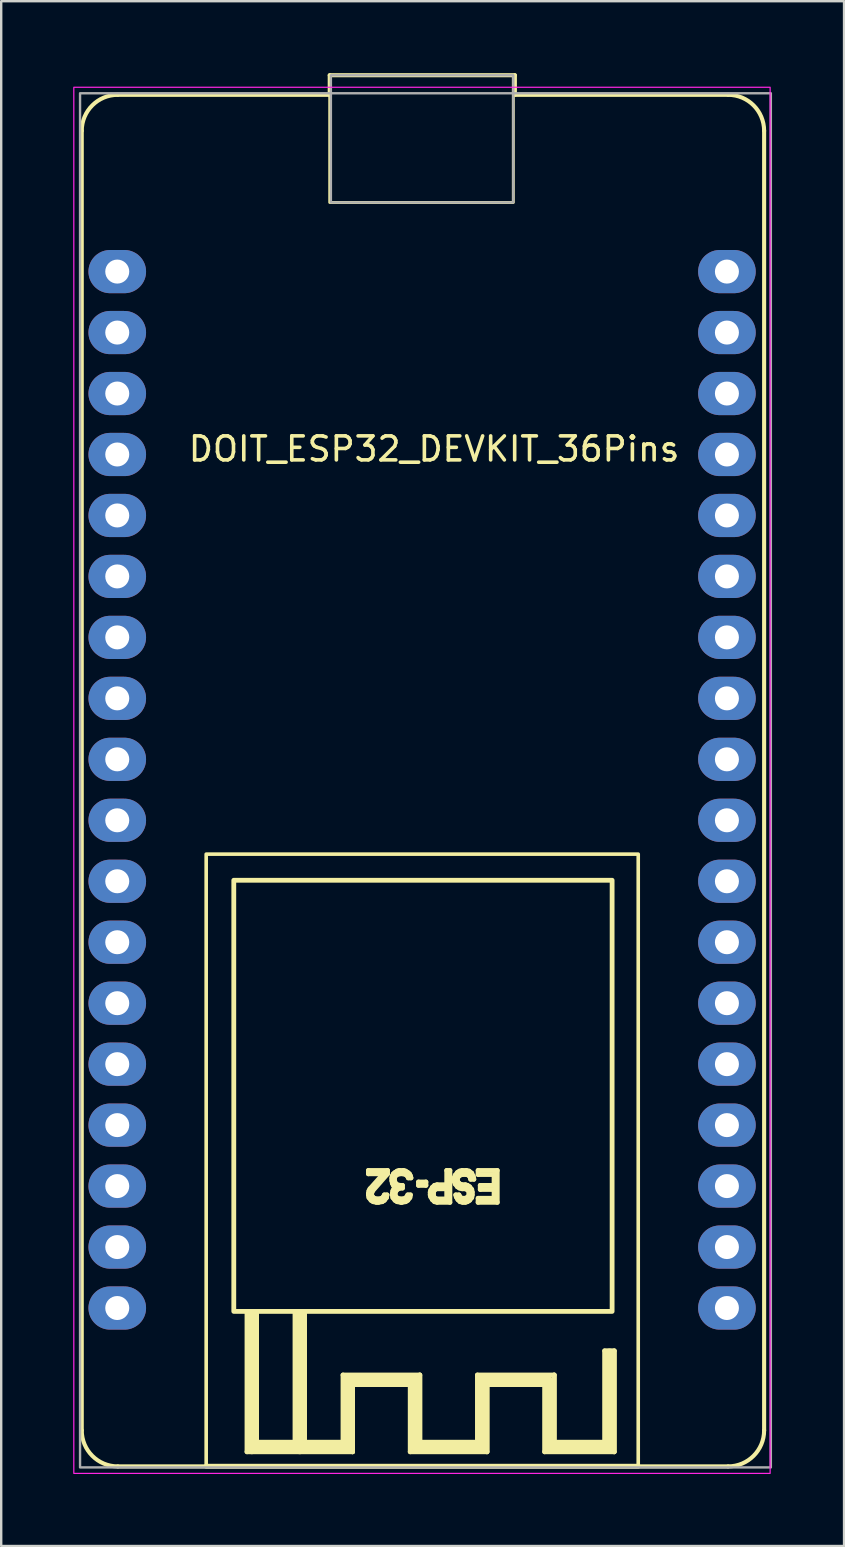
<source format=kicad_pcb>
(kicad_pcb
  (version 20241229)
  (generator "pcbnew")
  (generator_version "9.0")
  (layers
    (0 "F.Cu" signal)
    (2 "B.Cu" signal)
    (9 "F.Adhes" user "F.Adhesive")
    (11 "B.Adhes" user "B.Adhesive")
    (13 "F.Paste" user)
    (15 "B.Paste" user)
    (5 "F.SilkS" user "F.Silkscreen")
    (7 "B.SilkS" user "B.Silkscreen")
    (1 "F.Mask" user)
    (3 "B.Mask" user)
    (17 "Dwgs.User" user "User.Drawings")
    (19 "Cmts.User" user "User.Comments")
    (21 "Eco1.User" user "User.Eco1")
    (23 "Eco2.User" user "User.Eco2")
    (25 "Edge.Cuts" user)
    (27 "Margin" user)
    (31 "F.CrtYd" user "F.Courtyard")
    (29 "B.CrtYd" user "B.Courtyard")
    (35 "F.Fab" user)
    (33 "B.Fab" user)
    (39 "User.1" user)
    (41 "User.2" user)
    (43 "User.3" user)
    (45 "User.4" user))
  (footprint "DOIT_ESP32_DEVKIT_36Pins"
    (layer "F.Cu")
    (at 14.535 28.585)
    (property "Reference" "DOIT_ESP32_DEVKIT_36Pins" (at 0.5 -12.93 0) (layer "F.SilkS") (effects (font (size 1 1) (thickness 0.15))))
    (attr through_hole)
    (fp_line (start -14.179 27.958) (end -14.179 -26.185) (stroke (width 0.17) (type solid)) (layer "F.SilkS"))
    (fp_line (start -12.679 -27.685) (end -3.848 -27.685) (stroke (width 0.17) (type solid)) (layer "F.SilkS"))
    (fp_line (start -7.295 28.85) (end -7.295 23) (stroke (width 0.2) (type solid)) (layer "F.SilkS"))
    (fp_line (start -7.095 23.15) (end -7.095 28.75) (stroke (width 0.4) (type solid)) (layer "F.SilkS"))
    (fp_line (start -7.095 28.65) (end -5.145 28.65) (stroke (width 0.4) (type solid)) (layer "F.SilkS"))
    (fp_line (start -6.895 28.45) (end -6.895 23.05) (stroke (width 0.2) (type solid)) (layer "F.SilkS"))
    (fp_line (start -6.895 28.45) (end -6.895 23.05) (stroke (width 0.2) (type solid)) (layer "F.SilkS"))
    (fp_line (start -5.295 23) (end -5.295 28.45) (stroke (width 0.2) (type solid)) (layer "F.SilkS"))
    (fp_line (start -5.295 28.45) (end -6.895 28.45) (stroke (width 0.2) (type solid)) (layer "F.SilkS"))
    (fp_line (start -5.145 28.65) (end -3.095 28.65) (stroke (width 0.4) (type solid)) (layer "F.SilkS"))
    (fp_line (start -5.095 28.7) (end -5.095 23.15) (stroke (width 0.5) (type solid)) (layer "F.SilkS"))
    (fp_line (start -4.895 23) (end -4.895 28.45) (stroke (width 0.2) (type solid)) (layer "F.SilkS"))
    (fp_line (start -4.895 28.45) (end -3.295 28.45) (stroke (width 0.2) (type solid)) (layer "F.SilkS"))
    (fp_line (start -3.848 -28.5) (end 3.866 -28.5) (stroke (width 0.17) (type solid)) (layer "F.SilkS"))
    (fp_line (start -3.848 -27.685) (end -3.848 -28.5) (stroke (width 0.17) (type solid)) (layer "F.SilkS"))
    (fp_line (start -3.295 25.65) (end -0.095 25.65) (stroke (width 0.2) (type solid)) (layer "F.SilkS"))
    (fp_line (start -3.295 28.45) (end -3.295 25.65) (stroke (width 0.2) (type solid)) (layer "F.SilkS"))
    (fp_line (start -3.095 25.85) (end -0.345 25.85) (stroke (width 0.4) (type solid)) (layer "F.SilkS"))
    (fp_line (start -3.095 28.65) (end -3.095 25.85) (stroke (width 0.4) (type solid)) (layer "F.SilkS"))
    (fp_line (start -2.895 26.05) (end -2.895 28.85) (stroke (width 0.2) (type solid)) (layer "F.SilkS"))
    (fp_line (start -2.895 26.05) (end -2.895 28.85) (stroke (width 0.2) (type solid)) (layer "F.SilkS"))
    (fp_line (start -2.895 28.85) (end -7.295 28.85) (stroke (width 0.2) (type solid)) (layer "F.SilkS"))
    (fp_line (start -2.237 17.128) (end -1.439 17.128) (stroke (width 0.2) (type solid)) (layer "F.SilkS"))
    (fp_line (start -2.237 17.269) (end -2.237 17.128) (stroke (width 0.2) (type solid)) (layer "F.SilkS"))
    (fp_line (start -2.237 18.09) (end -2.214 17.977) (stroke (width 0.2) (type solid)) (layer "F.SilkS"))
    (fp_line (start -2.237 18.146) (end -2.237 18.09) (stroke (width 0.2) (type solid)) (layer "F.SilkS"))
    (fp_line (start -2.214 17.977) (end -2.17 17.892) (stroke (width 0.2) (type solid)) (layer "F.SilkS"))
    (fp_line (start -2.214 18.26) (end -2.237 18.146) (stroke (width 0.2) (type solid)) (layer "F.SilkS"))
    (fp_line (start -2.17 17.892) (end -1.616 17.269) (stroke (width 0.2) (type solid)) (layer "F.SilkS"))
    (fp_line (start -2.126 18.373) (end -2.214 18.26) (stroke (width 0.2) (type solid)) (layer "F.SilkS"))
    (fp_line (start -2.104 18.09) (end -2.104 18.146) (stroke (width 0.2) (type solid)) (layer "F.SilkS"))
    (fp_line (start -2.104 18.146) (end -2.059 18.231) (stroke (width 0.2) (type solid)) (layer "F.SilkS"))
    (fp_line (start -2.059 17.977) (end -2.104 18.09) (stroke (width 0.2) (type solid)) (layer "F.SilkS"))
    (fp_line (start -2.059 18.231) (end -1.993 18.288) (stroke (width 0.2) (type solid)) (layer "F.SilkS"))
    (fp_line (start -2.037 18.429) (end -2.126 18.373) (stroke (width 0.2) (type solid)) (layer "F.SilkS"))
    (fp_line (start -1.993 18.288) (end -1.882 18.316) (stroke (width 0.2) (type solid)) (layer "F.SilkS"))
    (fp_line (start -1.904 18.458) (end -2.037 18.429) (stroke (width 0.2) (type solid)) (layer "F.SilkS"))
    (fp_line (start -1.882 18.316) (end -1.793 18.316) (stroke (width 0.2) (type solid)) (layer "F.SilkS"))
    (fp_line (start -1.815 18.458) (end -1.904 18.458) (stroke (width 0.2) (type solid)) (layer "F.SilkS"))
    (fp_line (start -1.793 18.316) (end -1.682 18.288) (stroke (width 0.2) (type solid)) (layer "F.SilkS"))
    (fp_line (start -1.682 18.288) (end -1.616 18.231) (stroke (width 0.2) (type solid)) (layer "F.SilkS"))
    (fp_line (start -1.66 18.429) (end -1.815 18.458) (stroke (width 0.2) (type solid)) (layer "F.SilkS"))
    (fp_line (start -1.616 17.269) (end -2.237 17.269) (stroke (width 0.2) (type solid)) (layer "F.SilkS"))
    (fp_line (start -1.616 18.231) (end -1.572 18.146) (stroke (width 0.2) (type solid)) (layer "F.SilkS"))
    (fp_line (start -1.572 18.146) (end -1.461 18.146) (stroke (width 0.2) (type solid)) (layer "F.SilkS"))
    (fp_line (start -1.572 18.373) (end -1.66 18.429) (stroke (width 0.2) (type solid)) (layer "F.SilkS"))
    (fp_line (start -1.483 18.26) (end -1.572 18.373) (stroke (width 0.2) (type solid)) (layer "F.SilkS"))
    (fp_line (start -1.461 18.146) (end -1.483 18.26) (stroke (width 0.2) (type solid)) (layer "F.SilkS"))
    (fp_line (start -1.439 17.128) (end -1.439 17.269) (stroke (width 0.2) (type solid)) (layer "F.SilkS"))
    (fp_line (start -1.439 17.269) (end -2.059 17.977) (stroke (width 0.2) (type solid)) (layer "F.SilkS"))
    (fp_line (start -1.261 17.439) (end -1.239 17.354) (stroke (width 0.2) (type solid)) (layer "F.SilkS"))
    (fp_line (start -1.261 17.552) (end -1.261 17.439) (stroke (width 0.2) (type solid)) (layer "F.SilkS"))
    (fp_line (start -1.239 17.354) (end -1.195 17.269) (stroke (width 0.2) (type solid)) (layer "F.SilkS"))
    (fp_line (start -1.239 17.665) (end -1.261 17.552) (stroke (width 0.2) (type solid)) (layer "F.SilkS"))
    (fp_line (start -1.239 18.09) (end -1.217 17.977) (stroke (width 0.2) (type solid)) (layer "F.SilkS"))
    (fp_line (start -1.239 18.146) (end -1.239 18.09) (stroke (width 0.2) (type solid)) (layer "F.SilkS"))
    (fp_line (start -1.217 17.977) (end -1.173 17.892) (stroke (width 0.2) (type solid)) (layer "F.SilkS"))
    (fp_line (start -1.217 18.26) (end -1.239 18.146) (stroke (width 0.2) (type solid)) (layer "F.SilkS"))
    (fp_line (start -1.195 17.269) (end -1.128 17.213) (stroke (width 0.2) (type solid)) (layer "F.SilkS"))
    (fp_line (start -1.195 17.75) (end -1.239 17.665) (stroke (width 0.2) (type solid)) (layer "F.SilkS"))
    (fp_line (start -1.173 17.892) (end -1.084 17.807) (stroke (width 0.2) (type solid)) (layer "F.SilkS"))
    (fp_line (start -1.15 17.439) (end -1.15 17.552) (stroke (width 0.2) (type solid)) (layer "F.SilkS"))
    (fp_line (start -1.15 17.552) (end -1.106 17.665) (stroke (width 0.2) (type solid)) (layer "F.SilkS"))
    (fp_line (start -1.128 17.213) (end -1.04 17.156) (stroke (width 0.2) (type solid)) (layer "F.SilkS"))
    (fp_line (start -1.128 17.382) (end -1.15 17.439) (stroke (width 0.2) (type solid)) (layer "F.SilkS"))
    (fp_line (start -1.128 18.09) (end -1.128 18.146) (stroke (width 0.2) (type solid)) (layer "F.SilkS"))
    (fp_line (start -1.128 18.146) (end -1.084 18.231) (stroke (width 0.2) (type solid)) (layer "F.SilkS"))
    (fp_line (start -1.128 18.373) (end -1.217 18.26) (stroke (width 0.2) (type solid)) (layer "F.SilkS"))
    (fp_line (start -1.106 17.665) (end -1.04 17.722) (stroke (width 0.2) (type solid)) (layer "F.SilkS"))
    (fp_line (start -1.084 17.326) (end -1.128 17.382) (stroke (width 0.2) (type solid)) (layer "F.SilkS"))
    (fp_line (start -1.084 17.807) (end -1.195 17.75) (stroke (width 0.2) (type solid)) (layer "F.SilkS"))
    (fp_line (start -1.084 17.977) (end -1.128 18.09) (stroke (width 0.2) (type solid)) (layer "F.SilkS"))
    (fp_line (start -1.084 18.231) (end -1.017 18.288) (stroke (width 0.2) (type solid)) (layer "F.SilkS"))
    (fp_line (start -1.04 17.156) (end -0.951 17.128) (stroke (width 0.2) (type solid)) (layer "F.SilkS"))
    (fp_line (start -1.04 17.297) (end -1.084 17.326) (stroke (width 0.2) (type solid)) (layer "F.SilkS"))
    (fp_line (start -1.04 17.722) (end -0.907 17.75) (stroke (width 0.2) (type solid)) (layer "F.SilkS"))
    (fp_line (start -1.04 17.92) (end -1.084 17.977) (stroke (width 0.2) (type solid)) (layer "F.SilkS"))
    (fp_line (start -1.04 18.429) (end -1.128 18.373) (stroke (width 0.2) (type solid)) (layer "F.SilkS"))
    (fp_line (start -1.017 18.288) (end -0.907 18.316) (stroke (width 0.2) (type solid)) (layer "F.SilkS"))
    (fp_line (start -0.951 17.128) (end -0.774 17.128) (stroke (width 0.2) (type solid)) (layer "F.SilkS"))
    (fp_line (start -0.929 17.269) (end -1.04 17.297) (stroke (width 0.2) (type solid)) (layer "F.SilkS"))
    (fp_line (start -0.907 17.75) (end -0.818 17.75) (stroke (width 0.2) (type solid)) (layer "F.SilkS"))
    (fp_line (start -0.907 17.863) (end -1.04 17.92) (stroke (width 0.2) (type solid)) (layer "F.SilkS"))
    (fp_line (start -0.907 18.316) (end -0.818 18.316) (stroke (width 0.2) (type solid)) (layer "F.SilkS"))
    (fp_line (start -0.884 18.458) (end -1.04 18.429) (stroke (width 0.2) (type solid)) (layer "F.SilkS"))
    (fp_line (start -0.84 18.458) (end -0.884 18.458) (stroke (width 0.2) (type solid)) (layer "F.SilkS"))
    (fp_line (start -0.818 17.75) (end -0.818 17.863) (stroke (width 0.2) (type solid)) (layer "F.SilkS"))
    (fp_line (start -0.818 17.863) (end -0.907 17.863) (stroke (width 0.2) (type solid)) (layer "F.SilkS"))
    (fp_line (start -0.818 18.316) (end -0.707 18.288) (stroke (width 0.2) (type solid)) (layer "F.SilkS"))
    (fp_line (start -0.796 17.269) (end -0.929 17.269) (stroke (width 0.2) (type solid)) (layer "F.SilkS"))
    (fp_line (start -0.774 17.128) (end -0.685 17.156) (stroke (width 0.2) (type solid)) (layer "F.SilkS"))
    (fp_line (start -0.707 18.288) (end -0.641 18.231) (stroke (width 0.2) (type solid)) (layer "F.SilkS"))
    (fp_line (start -0.685 17.156) (end -0.596 17.213) (stroke (width 0.2) (type solid)) (layer "F.SilkS"))
    (fp_line (start -0.685 17.297) (end -0.796 17.269) (stroke (width 0.2) (type solid)) (layer "F.SilkS"))
    (fp_line (start -0.685 18.429) (end -0.84 18.458) (stroke (width 0.2) (type solid)) (layer "F.SilkS"))
    (fp_line (start -0.641 17.326) (end -0.685 17.297) (stroke (width 0.2) (type solid)) (layer "F.SilkS"))
    (fp_line (start -0.641 18.231) (end -0.596 18.146) (stroke (width 0.2) (type solid)) (layer "F.SilkS"))
    (fp_line (start -0.596 17.213) (end -0.53 17.269) (stroke (width 0.2) (type solid)) (layer "F.SilkS"))
    (fp_line (start -0.596 17.382) (end -0.641 17.326) (stroke (width 0.2) (type solid)) (layer "F.SilkS"))
    (fp_line (start -0.596 18.146) (end -0.485 18.146) (stroke (width 0.2) (type solid)) (layer "F.SilkS"))
    (fp_line (start -0.596 18.373) (end -0.685 18.429) (stroke (width 0.2) (type solid)) (layer "F.SilkS"))
    (fp_line (start -0.574 17.439) (end -0.596 17.382) (stroke (width 0.2) (type solid)) (layer "F.SilkS"))
    (fp_line (start -0.53 17.269) (end -0.485 17.354) (stroke (width 0.2) (type solid)) (layer "F.SilkS"))
    (fp_line (start -0.508 18.26) (end -0.596 18.373) (stroke (width 0.2) (type solid)) (layer "F.SilkS"))
    (fp_line (start -0.495 26.05) (end -2.895 26.05) (stroke (width 0.2) (type solid)) (layer "F.SilkS"))
    (fp_line (start -0.495 28.85) (end -0.495 26.05) (stroke (width 0.2) (type solid)) (layer "F.SilkS"))
    (fp_line (start -0.485 17.354) (end -0.463 17.439) (stroke (width 0.2) (type solid)) (layer "F.SilkS"))
    (fp_line (start -0.485 18.146) (end -0.508 18.26) (stroke (width 0.2) (type solid)) (layer "F.SilkS"))
    (fp_line (start -0.463 17.439) (end -0.574 17.439) (stroke (width 0.2) (type solid)) (layer "F.SilkS"))
    (fp_line (start -0.345 25.85) (end -0.245 25.95) (stroke (width 0.12) (type solid)) (layer "F.SilkS"))
    (fp_line (start -0.245 25.95) (end -0.245 28.65) (stroke (width 0.4) (type solid)) (layer "F.SilkS"))
    (fp_line (start -0.245 28.65) (end 2.455 28.65) (stroke (width 0.4) (type solid)) (layer "F.SilkS"))
    (fp_line (start -0.15 17.609) (end 0.16 17.609) (stroke (width 0.2) (type solid)) (layer "F.SilkS"))
    (fp_line (start -0.15 17.75) (end -0.15 17.609) (stroke (width 0.2) (type solid)) (layer "F.SilkS"))
    (fp_line (start -0.095 25.65) (end -0.095 28.45) (stroke (width 0.2) (type solid)) (layer "F.SilkS"))
    (fp_line (start -0.095 25.65) (end -0.095 28.45) (stroke (width 0.2) (type solid)) (layer "F.SilkS"))
    (fp_line (start -0.095 28.45) (end 2.305 28.45) (stroke (width 0.2) (type solid)) (layer "F.SilkS"))
    (fp_line (start 0.16 17.609) (end 0.16 17.75) (stroke (width 0.2) (type solid)) (layer "F.SilkS"))
    (fp_line (start 0.16 17.75) (end -0.15 17.75) (stroke (width 0.2) (type solid)) (layer "F.SilkS"))
    (fp_line (start 0.339 18.033) (end 0.361 17.948) (stroke (width 0.2) (type solid)) (layer "F.SilkS"))
    (fp_line (start 0.339 18.146) (end 0.339 18.033) (stroke (width 0.2) (type solid)) (layer "F.SilkS"))
    (fp_line (start 0.361 17.948) (end 0.428 17.835) (stroke (width 0.2) (type solid)) (layer "F.SilkS"))
    (fp_line (start 0.361 18.231) (end 0.339 18.146) (stroke (width 0.2) (type solid)) (layer "F.SilkS"))
    (fp_line (start 0.428 17.835) (end 0.517 17.75) (stroke (width 0.2) (type solid)) (layer "F.SilkS"))
    (fp_line (start 0.428 18.345) (end 0.361 18.231) (stroke (width 0.2) (type solid)) (layer "F.SilkS"))
    (fp_line (start 0.472 18.062) (end 0.472 18.146) (stroke (width 0.2) (type solid)) (layer "F.SilkS"))
    (fp_line (start 0.472 18.146) (end 0.494 18.231) (stroke (width 0.2) (type solid)) (layer "F.SilkS"))
    (fp_line (start 0.494 17.977) (end 0.472 18.062) (stroke (width 0.2) (type solid)) (layer "F.SilkS"))
    (fp_line (start 0.494 18.231) (end 0.539 18.288) (stroke (width 0.2) (type solid)) (layer "F.SilkS"))
    (fp_line (start 0.517 17.75) (end 0.627 17.722) (stroke (width 0.2) (type solid)) (layer "F.SilkS"))
    (fp_line (start 0.517 18.429) (end 0.428 18.345) (stroke (width 0.2) (type solid)) (layer "F.SilkS"))
    (fp_line (start 0.539 17.92) (end 0.494 17.977) (stroke (width 0.2) (type solid)) (layer "F.SilkS"))
    (fp_line (start 0.539 18.288) (end 0.605 18.316) (stroke (width 0.2) (type solid)) (layer "F.SilkS"))
    (fp_line (start 0.605 17.892) (end 0.539 17.92) (stroke (width 0.2) (type solid)) (layer "F.SilkS"))
    (fp_line (start 0.605 18.316) (end 1.026 18.316) (stroke (width 0.2) (type solid)) (layer "F.SilkS"))
    (fp_line (start 0.627 17.722) (end 1.026 17.722) (stroke (width 0.2) (type solid)) (layer "F.SilkS"))
    (fp_line (start 0.627 18.458) (end 0.517 18.429) (stroke (width 0.2) (type solid)) (layer "F.SilkS"))
    (fp_line (start 1.026 17.128) (end 1.159 17.128) (stroke (width 0.2) (type solid)) (layer "F.SilkS"))
    (fp_line (start 1.026 17.722) (end 1.026 17.128) (stroke (width 0.2) (type solid)) (layer "F.SilkS"))
    (fp_line (start 1.026 17.892) (end 0.605 17.892) (stroke (width 0.2) (type solid)) (layer "F.SilkS"))
    (fp_line (start 1.026 18.316) (end 1.026 17.892) (stroke (width 0.2) (type solid)) (layer "F.SilkS"))
    (fp_line (start 1.159 17.128) (end 1.159 18.458) (stroke (width 0.2) (type solid)) (layer "F.SilkS"))
    (fp_line (start 1.159 18.458) (end 0.627 18.458) (stroke (width 0.2) (type solid)) (layer "F.SilkS"))
    (fp_line (start 1.337 17.439) (end 1.381 17.326) (stroke (width 0.2) (type solid)) (layer "F.SilkS"))
    (fp_line (start 1.337 17.581) (end 1.337 17.439) (stroke (width 0.2) (type solid)) (layer "F.SilkS"))
    (fp_line (start 1.381 17.326) (end 1.47 17.213) (stroke (width 0.2) (type solid)) (layer "F.SilkS"))
    (fp_line (start 1.381 17.694) (end 1.337 17.581) (stroke (width 0.2) (type solid)) (layer "F.SilkS"))
    (fp_line (start 1.403 18.146) (end 1.536 18.146) (stroke (width 0.2) (type solid)) (layer "F.SilkS"))
    (fp_line (start 1.425 18.231) (end 1.403 18.146) (stroke (width 0.2) (type solid)) (layer "F.SilkS"))
    (fp_line (start 1.47 17.213) (end 1.558 17.156) (stroke (width 0.2) (type solid)) (layer "F.SilkS"))
    (fp_line (start 1.47 17.467) (end 1.47 17.552) (stroke (width 0.2) (type solid)) (layer "F.SilkS"))
    (fp_line (start 1.47 17.552) (end 1.514 17.637) (stroke (width 0.2) (type solid)) (layer "F.SilkS"))
    (fp_line (start 1.47 17.807) (end 1.381 17.694) (stroke (width 0.2) (type solid)) (layer "F.SilkS"))
    (fp_line (start 1.492 18.345) (end 1.425 18.231) (stroke (width 0.2) (type solid)) (layer "F.SilkS"))
    (fp_line (start 1.514 17.382) (end 1.47 17.467) (stroke (width 0.2) (type solid)) (layer "F.SilkS"))
    (fp_line (start 1.514 17.637) (end 1.581 17.694) (stroke (width 0.2) (type solid)) (layer "F.SilkS"))
    (fp_line (start 1.536 18.146) (end 1.558 18.203) (stroke (width 0.2) (type solid)) (layer "F.SilkS"))
    (fp_line (start 1.558 17.156) (end 1.669 17.128) (stroke (width 0.2) (type solid)) (layer "F.SilkS"))
    (fp_line (start 1.558 17.863) (end 1.47 17.807) (stroke (width 0.2) (type solid)) (layer "F.SilkS"))
    (fp_line (start 1.558 18.203) (end 1.603 18.26) (stroke (width 0.2) (type solid)) (layer "F.SilkS"))
    (fp_line (start 1.581 17.326) (end 1.514 17.382) (stroke (width 0.2) (type solid)) (layer "F.SilkS"))
    (fp_line (start 1.581 17.694) (end 1.669 17.722) (stroke (width 0.2) (type solid)) (layer "F.SilkS"))
    (fp_line (start 1.581 18.429) (end 1.492 18.345) (stroke (width 0.2) (type solid)) (layer "F.SilkS"))
    (fp_line (start 1.603 18.26) (end 1.669 18.288) (stroke (width 0.2) (type solid)) (layer "F.SilkS"))
    (fp_line (start 1.669 17.128) (end 1.847 17.128) (stroke (width 0.2) (type solid)) (layer "F.SilkS"))
    (fp_line (start 1.669 17.298) (end 1.581 17.326) (stroke (width 0.2) (type solid)) (layer "F.SilkS"))
    (fp_line (start 1.669 17.722) (end 1.802 17.722) (stroke (width 0.2) (type solid)) (layer "F.SilkS"))
    (fp_line (start 1.669 17.892) (end 1.558 17.863) (stroke (width 0.2) (type solid)) (layer "F.SilkS"))
    (fp_line (start 1.669 18.288) (end 1.802 18.288) (stroke (width 0.2) (type solid)) (layer "F.SilkS"))
    (fp_line (start 1.691 18.458) (end 1.581 18.429) (stroke (width 0.2) (type solid)) (layer "F.SilkS"))
    (fp_line (start 1.802 17.722) (end 1.891 17.75) (stroke (width 0.2) (type solid)) (layer "F.SilkS"))
    (fp_line (start 1.802 17.892) (end 1.669 17.892) (stroke (width 0.2) (type solid)) (layer "F.SilkS"))
    (fp_line (start 1.802 18.288) (end 1.869 18.26) (stroke (width 0.2) (type solid)) (layer "F.SilkS"))
    (fp_line (start 1.802 18.458) (end 1.691 18.458) (stroke (width 0.2) (type solid)) (layer "F.SilkS"))
    (fp_line (start 1.847 17.128) (end 1.957 17.156) (stroke (width 0.2) (type solid)) (layer "F.SilkS"))
    (fp_line (start 1.847 17.298) (end 1.669 17.298) (stroke (width 0.2) (type solid)) (layer "F.SilkS"))
    (fp_line (start 1.869 17.92) (end 1.802 17.892) (stroke (width 0.2) (type solid)) (layer "F.SilkS"))
    (fp_line (start 1.869 18.26) (end 1.935 18.203) (stroke (width 0.2) (type solid)) (layer "F.SilkS"))
    (fp_line (start 1.891 17.75) (end 1.98 17.807) (stroke (width 0.2) (type solid)) (layer "F.SilkS"))
    (fp_line (start 1.891 18.429) (end 1.802 18.458) (stroke (width 0.2) (type solid)) (layer "F.SilkS"))
    (fp_line (start 1.935 17.326) (end 1.847 17.298) (stroke (width 0.2) (type solid)) (layer "F.SilkS"))
    (fp_line (start 1.935 17.977) (end 1.869 17.92) (stroke (width 0.2) (type solid)) (layer "F.SilkS"))
    (fp_line (start 1.935 18.203) (end 1.957 18.118) (stroke (width 0.2) (type solid)) (layer "F.SilkS"))
    (fp_line (start 1.957 17.156) (end 2.068 17.241) (stroke (width 0.2) (type solid)) (layer "F.SilkS"))
    (fp_line (start 1.957 18.062) (end 1.935 17.977) (stroke (width 0.2) (type solid)) (layer "F.SilkS"))
    (fp_line (start 1.957 18.118) (end 1.957 18.062) (stroke (width 0.2) (type solid)) (layer "F.SilkS"))
    (fp_line (start 1.98 17.807) (end 2.068 17.92) (stroke (width 0.2) (type solid)) (layer "F.SilkS"))
    (fp_line (start 1.98 18.373) (end 1.891 18.429) (stroke (width 0.2) (type solid)) (layer "F.SilkS"))
    (fp_line (start 2.002 17.411) (end 1.935 17.326) (stroke (width 0.2) (type solid)) (layer "F.SilkS"))
    (fp_line (start 2.024 17.496) (end 2.002 17.411) (stroke (width 0.2) (type solid)) (layer "F.SilkS"))
    (fp_line (start 2.068 17.241) (end 2.135 17.382) (stroke (width 0.2) (type solid)) (layer "F.SilkS"))
    (fp_line (start 2.068 17.92) (end 2.09 18.033) (stroke (width 0.2) (type solid)) (layer "F.SilkS"))
    (fp_line (start 2.068 18.26) (end 1.98 18.373) (stroke (width 0.2) (type solid)) (layer "F.SilkS"))
    (fp_line (start 2.09 18.033) (end 2.09 18.146) (stroke (width 0.2) (type solid)) (layer "F.SilkS"))
    (fp_line (start 2.09 18.146) (end 2.068 18.26) (stroke (width 0.2) (type solid)) (layer "F.SilkS"))
    (fp_line (start 2.135 17.382) (end 2.157 17.496) (stroke (width 0.2) (type solid)) (layer "F.SilkS"))
    (fp_line (start 2.157 17.496) (end 2.024 17.496) (stroke (width 0.2) (type solid)) (layer "F.SilkS"))
    (fp_line (start 2.305 25.65) (end 5.505 25.65) (stroke (width 0.2) (type solid)) (layer "F.SilkS"))
    (fp_line (start 2.305 28.45) (end 2.305 25.65) (stroke (width 0.2) (type solid)) (layer "F.SilkS"))
    (fp_line (start 2.334 17.128) (end 3.132 17.128) (stroke (width 0.2) (type solid)) (layer "F.SilkS"))
    (fp_line (start 2.334 17.298) (end 2.334 17.128) (stroke (width 0.2) (type solid)) (layer "F.SilkS"))
    (fp_line (start 2.334 18.288) (end 2.999 18.288) (stroke (width 0.2) (type solid)) (layer "F.SilkS"))
    (fp_line (start 2.334 18.458) (end 2.334 18.288) (stroke (width 0.2) (type solid)) (layer "F.SilkS"))
    (fp_line (start 2.423 17.75) (end 2.999 17.75) (stroke (width 0.2) (type solid)) (layer "F.SilkS"))
    (fp_line (start 2.423 17.92) (end 2.423 17.75) (stroke (width 0.2) (type solid)) (layer "F.SilkS"))
    (fp_line (start 2.455 25.9) (end 5.255 25.9) (stroke (width 0.4) (type solid)) (layer "F.SilkS"))
    (fp_line (start 2.455 28.65) (end 2.455 25.9) (stroke (width 0.4) (type solid)) (layer "F.SilkS"))
    (fp_line (start 2.705 26.05) (end 2.705 28.85) (stroke (width 0.2) (type solid)) (layer "F.SilkS"))
    (fp_line (start 2.705 26.05) (end 2.705 28.85) (stroke (width 0.2) (type solid)) (layer "F.SilkS"))
    (fp_line (start 2.705 28.85) (end -0.495 28.85) (stroke (width 0.2) (type solid)) (layer "F.SilkS"))
    (fp_line (start 2.999 17.298) (end 2.334 17.298) (stroke (width 0.2) (type solid)) (layer "F.SilkS"))
    (fp_line (start 2.999 17.75) (end 2.999 17.298) (stroke (width 0.2) (type solid)) (layer "F.SilkS"))
    (fp_line (start 2.999 17.92) (end 2.423 17.92) (stroke (width 0.2) (type solid)) (layer "F.SilkS"))
    (fp_line (start 2.999 18.288) (end 2.999 17.92) (stroke (width 0.2) (type solid)) (layer "F.SilkS"))
    (fp_line (start 3.132 17.128) (end 3.132 18.458) (stroke (width 0.2) (type solid)) (layer "F.SilkS"))
    (fp_line (start 3.132 18.458) (end 2.334 18.458) (stroke (width 0.2) (type solid)) (layer "F.SilkS"))
    (fp_line (start 3.866 -28.5) (end 3.866 -27.685) (stroke (width 0.17) (type solid)) (layer "F.SilkS"))
    (fp_line (start 3.866 -27.685) (end 12.75 -27.685) (stroke (width 0.17) (type solid)) (layer "F.SilkS"))
    (fp_line (start 5.105 26.05) (end 2.705 26.05) (stroke (width 0.2) (type solid)) (layer "F.SilkS"))
    (fp_line (start 5.105 28.85) (end 5.105 26.05) (stroke (width 0.2) (type solid)) (layer "F.SilkS"))
    (fp_line (start 5.255 25.9) (end 5.255 28.65) (stroke (width 0.4) (type solid)) (layer "F.SilkS"))
    (fp_line (start 5.255 28.65) (end 7.805 28.65) (stroke (width 0.4) (type solid)) (layer "F.SilkS"))
    (fp_line (start 5.505 25.65) (end 5.505 28.45) (stroke (width 0.2) (type solid)) (layer "F.SilkS"))
    (fp_line (start 5.505 25.65) (end 5.505 28.45) (stroke (width 0.2) (type solid)) (layer "F.SilkS"))
    (fp_line (start 5.505 28.45) (end 7.605 28.45) (stroke (width 0.2) (type solid)) (layer "F.SilkS"))
    (fp_line (start 7.605 28.45) (end 7.605 24.65) (stroke (width 0.2) (type solid)) (layer "F.SilkS"))
    (fp_line (start 7.607 24.638) (end 8.007 24.638) (stroke (width 0.2) (type solid)) (layer "F.SilkS"))
    (fp_line (start 7.805 28.65) (end 7.805 24.75) (stroke (width 0.4) (type solid)) (layer "F.SilkS"))
    (fp_line (start 8.005 24.65) (end 8.005 28.85) (stroke (width 0.2) (type solid)) (layer "F.SilkS"))
    (fp_line (start 8.005 24.65) (end 8.005 28.85) (stroke (width 0.2) (type solid)) (layer "F.SilkS"))
    (fp_line (start 8.005 28.85) (end 5.105 28.85) (stroke (width 0.2) (type solid)) (layer "F.SilkS"))
    (fp_line (start 9.005 29.45) (end -8.995 29.45) (stroke (width 0.2) (type solid)) (layer "F.SilkS"))
    (fp_line (start 12.75 29.458) (end -12.679 29.458) (stroke (width 0.17) (type solid)) (layer "F.SilkS"))
    (fp_line (start 14.25 -26.185) (end 14.25 27.958) (stroke (width 0.17) (type solid)) (layer "F.SilkS"))
    (fp_rect (start -7.845 5.038) (end 7.917 23) (stroke (width 0.2) (type solid)) (fill no) (layer "F.SilkS"))
    (fp_rect (start -3.848 -28.5) (end 3.8 -23.2) (stroke (width 0.12) (type solid)) (fill no) (layer "F.SilkS"))
    (fp_rect (start 9.005 3.95) (end -8.995 29.45) (stroke (width 0.15) (type solid)) (fill no) (layer "F.SilkS"))
    (fp_arc (start -14.178781 -26.184949) (mid -13.739441 -27.245609) (end -12.678781 -27.684949) (stroke (width 0.17) (type solid)) (layer "F.SilkS"))
    (fp_arc (start -12.678781 29.458287) (mid -13.739441 29.018947) (end -14.178781 27.958287) (stroke (width 0.17) (type solid)) (layer "F.SilkS"))
    (fp_arc (start 12.75 -27.684949) (mid 13.810665 -27.245611) (end 14.25 -26.184949) (stroke (width 0.17) (type solid)) (layer "F.SilkS"))
    (fp_arc (start 14.25 27.958287) (mid 13.81066 29.018945) (end 12.75 29.458287) (stroke (width 0.17) (type solid)) (layer "F.SilkS"))
    (fp_circle (center -13 -17.795) (end -13 -17.795) (stroke (width 0.12) (type solid)) (fill no) (layer "F.SilkS"))
    (fp_rect (start -14.51 -28) (end 14.5 29.75) (stroke (width 0.05) (type solid)) (fill no) (layer "F.CrtYd"))
    (fp_rect (start -14.25 -27.75) (end 14.53 29.5) (stroke (width 0.1) (type solid)) (fill no) (layer "F.Fab"))
    (fp_rect (start -3.8 -28.5) (end 3.8 -23.2) (stroke (width 0.1) (type solid)) (fill no) (layer "F.Fab"))
    (pad "1" thru_hole oval (at -12.7 -20.32 270) (size 1.8 2.4) (drill 1) (layers "*.Cu" "*.Mask"))
    (pad "2" thru_hole oval (at -12.7 -17.78 270) (size 1.8 2.4) (drill 1) (layers "*.Cu" "*.Mask"))
    (pad "3" thru_hole oval (at -12.7 -15.24 270) (size 1.8 2.4) (drill 1) (layers "*.Cu" "*.Mask"))
    (pad "4" thru_hole oval (at -12.7 -12.7 270) (size 1.8 2.4) (drill 1) (layers "*.Cu" "*.Mask"))
    (pad "5" thru_hole oval (at -12.7 -10.16 270) (size 1.8 2.4) (drill 1) (layers "*.Cu" "*.Mask"))
    (pad "6" thru_hole oval (at -12.7 -7.62 270) (size 1.8 2.4) (drill 1) (layers "*.Cu" "*.Mask"))
    (pad "7" thru_hole oval (at -12.7 -5.08 270) (size 1.8 2.4) (drill 1) (layers "*.Cu" "*.Mask"))
    (pad "8" thru_hole oval (at -12.7 -2.54 270) (size 1.8 2.4) (drill 1) (layers "*.Cu" "*.Mask"))
    (pad "9" thru_hole oval (at -12.7 0 270) (size 1.8 2.4) (drill 1) (layers "*.Cu" "*.Mask"))
    (pad "10" thru_hole oval (at -12.7 2.54 270) (size 1.8 2.4) (drill 1) (layers "*.Cu" "*.Mask"))
    (pad "11" thru_hole oval (at -12.7 5.08 270) (size 1.8 2.4) (drill 1) (layers "*.Cu" "*.Mask"))
    (pad "12" thru_hole oval (at -12.7 7.62 270) (size 1.8 2.4) (drill 1) (layers "*.Cu" "*.Mask"))
    (pad "13" thru_hole oval (at -12.7 10.16 270) (size 1.8 2.4) (drill 1) (layers "*.Cu" "*.Mask"))
    (pad "14" thru_hole oval (at -12.7 12.7 270) (size 1.8 2.4) (drill 1) (layers "*.Cu" "*.Mask"))
    (pad "15" thru_hole oval (at -12.7 15.24 270) (size 1.8 2.4) (drill 1) (layers "*.Cu" "*.Mask"))
    (pad "16" thru_hole oval (at -12.7 17.78 270) (size 1.8 2.4) (drill 1) (layers "*.Cu" "*.Mask"))
    (pad "17" thru_hole oval (at -12.7 20.32 270) (size 1.8 2.4) (drill 1) (layers "*.Cu" "*.Mask"))
    (pad "18" thru_hole oval (at -12.7 22.86 270) (size 1.8 2.4) (drill 1) (layers "*.Cu" "*.Mask"))
    (pad "19" thru_hole oval (at 12.7 22.86 270) (size 1.8 2.4) (drill 1) (layers "*.Cu" "*.Mask"))
    (pad "20" thru_hole oval (at 12.7 20.32 270) (size 1.8 2.4) (drill 1) (layers "*.Cu" "*.Mask"))
    (pad "21" thru_hole oval (at 12.7 17.78 270) (size 1.8 2.4) (drill 1) (layers "*.Cu" "*.Mask"))
    (pad "22" thru_hole oval (at 12.7 15.24 270) (size 1.8 2.4) (drill 1) (layers "*.Cu" "*.Mask"))
    (pad "23" thru_hole oval (at 12.7 12.7 270) (size 1.8 2.4) (drill 1) (layers "*.Cu" "*.Mask"))
    (pad "24" thru_hole oval (at 12.7 10.16 270) (size 1.8 2.4) (drill 1) (layers "*.Cu" "*.Mask"))
    (pad "25" thru_hole oval (at 12.7 7.62 270) (size 1.8 2.4) (drill 1) (layers "*.Cu" "*.Mask"))
    (pad "26" thru_hole oval (at 12.7 5.08 270) (size 1.8 2.4) (drill 1) (layers "*.Cu" "*.Mask"))
    (pad "27" thru_hole oval (at 12.7 2.54 270) (size 1.8 2.4) (drill 1) (layers "*.Cu" "*.Mask"))
    (pad "28" thru_hole oval (at 12.7 0 270) (size 1.8 2.4) (drill 1) (layers "*.Cu" "*.Mask"))
    (pad "29" thru_hole oval (at 12.7 -2.54 270) (size 1.8 2.4) (drill 1) (layers "*.Cu" "*.Mask"))
    (pad "30" thru_hole oval (at 12.7 -5.08 270) (size 1.8 2.4) (drill 1) (layers "*.Cu" "*.Mask"))
    (pad "31" thru_hole oval (at 12.7 -7.62 270) (size 1.8 2.4) (drill 1) (layers "*.Cu" "*.Mask"))
    (pad "32" thru_hole oval (at 12.7 -10.16 270) (size 1.8 2.4) (drill 1) (layers "*.Cu" "*.Mask"))
    (pad "33" thru_hole oval (at 12.7 -12.7 270) (size 1.8 2.4) (drill 1) (layers "*.Cu" "*.Mask"))
    (pad "34" thru_hole oval (at 12.7 -15.24 270) (size 1.8 2.4) (drill 1) (layers "*.Cu" "*.Mask"))
    (pad "35" thru_hole oval (at 12.7 -17.78 270) (size 1.8 2.4) (drill 1) (layers "*.Cu" "*.Mask"))
    (pad "36" thru_hole oval (at 12.7 -20.32 270) (size 1.8 2.4) (drill 1) (layers "*.Cu" "*.Mask")))
  (gr_rect
    (start -3 -3)
    (end 32.115 61.36)
    (stroke (width 0.1) (type default))
    (fill no)
    (layer "Edge.Cuts")))
</source>
